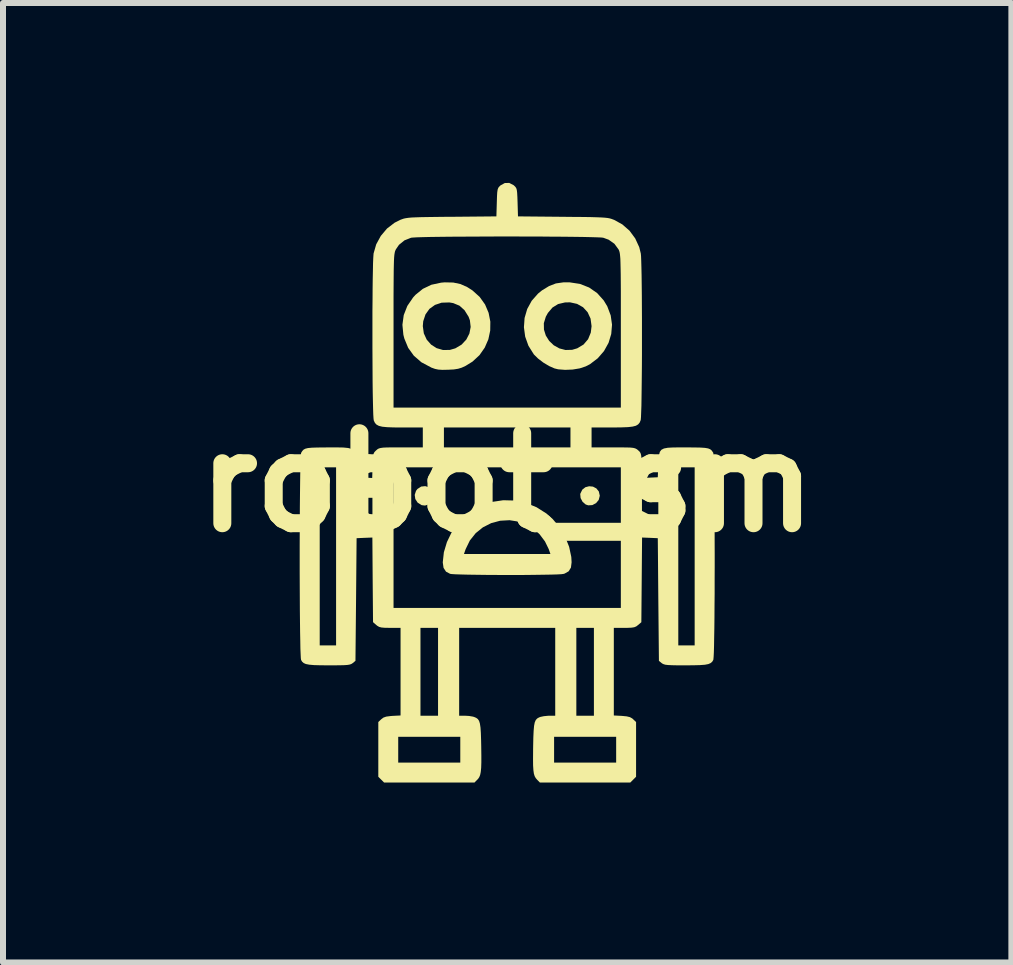
<source format=kicad_pcb>
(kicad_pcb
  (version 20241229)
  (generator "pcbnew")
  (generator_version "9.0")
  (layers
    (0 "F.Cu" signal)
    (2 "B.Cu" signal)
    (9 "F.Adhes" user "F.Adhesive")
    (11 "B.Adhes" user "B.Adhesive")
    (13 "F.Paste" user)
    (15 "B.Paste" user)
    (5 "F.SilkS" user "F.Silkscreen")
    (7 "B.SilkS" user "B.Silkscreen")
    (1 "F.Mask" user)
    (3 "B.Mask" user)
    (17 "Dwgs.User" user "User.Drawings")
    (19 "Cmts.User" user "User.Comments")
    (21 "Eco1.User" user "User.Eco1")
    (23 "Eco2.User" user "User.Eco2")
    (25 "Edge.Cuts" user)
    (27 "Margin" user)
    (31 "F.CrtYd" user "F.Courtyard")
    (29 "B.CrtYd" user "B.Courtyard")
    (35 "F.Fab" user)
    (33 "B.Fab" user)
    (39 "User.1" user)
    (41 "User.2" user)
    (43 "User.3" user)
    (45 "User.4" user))
  (footprint "robot_sm"
    (layer "F.Cu")
    (at 5.407 4.996)
    (property "Reference" "robot_sm" (at 0 0 0) (layer "F.SilkS") (effects (font (size 1.5 1.5) (thickness 0.3))))
    (attr board_only exclude_from_pos_files exclude_from_bom)
    (fp_poly (pts (xy -1.303 0.079) (xy -1.252 0.12) (xy -1.222 0.18) (xy -1.221 0.252) (xy -1.221 0.253) (xy -1.252 0.317) (xy -1.305 0.363) (xy -1.37 0.384) (xy -1.426 0.377) (xy -1.493 0.335) (xy -1.532 0.275) (xy -1.542 0.206) (xy -1.52 0.138) (xy -1.496 0.107) (xy -1.434 0.067) (xy -1.367 0.06)) (stroke (width 0) (type solid)) (fill yes) (layer "F.SilkS"))
    (fp_poly (pts (xy 1.43 0.068) (xy 1.487 0.098) (xy 1.528 0.149) (xy 1.544 0.22) (xy 1.544 0.22) (xy 1.526 0.29) (xy 1.482 0.343) (xy 1.42 0.376) (xy 1.351 0.38) (xy 1.309 0.366) (xy 1.257 0.321) (xy 1.224 0.259) (xy 1.218 0.194) (xy 1.22 0.185) (xy 1.252 0.119) (xy 1.304 0.078) (xy 1.366 0.062)) (stroke (width 0) (type solid)) (fill yes) (layer "F.SilkS"))
    (fp_poly (pts (xy 1.042 -3.338) (xy 1.213 -3.312) (xy 1.366 -3.252) (xy 1.5 -3.159) (xy 1.61 -3.036) (xy 1.669 -2.938) (xy 1.726 -2.787) (xy 1.748 -2.632) (xy 1.735 -2.477) (xy 1.69 -2.329) (xy 1.614 -2.192) (xy 1.51 -2.072) (xy 1.38 -1.973) (xy 1.31 -1.937) (xy 1.211 -1.904) (xy 1.091 -1.884) (xy 0.965 -1.879) (xy 0.85 -1.888) (xy 0.789 -1.903) (xy 0.7 -1.942) (xy 0.603 -2) (xy 0.514 -2.068) (xy 0.446 -2.135) (xy 0.443 -2.139) (xy 0.354 -2.281) (xy 0.3 -2.433) (xy 0.279 -2.589) (xy 0.284 -2.657) (xy 0.611 -2.657) (xy 0.613 -2.55) (xy 0.644 -2.451) (xy 0.7 -2.362) (xy 0.776 -2.289) (xy 0.869 -2.237) (xy 0.972 -2.21) (xy 1.083 -2.213) (xy 1.168 -2.238) (xy 1.273 -2.301) (xy 1.349 -2.39) (xy 1.394 -2.5) (xy 1.407 -2.608) (xy 1.39 -2.734) (xy 1.341 -2.84) (xy 1.265 -2.923) (xy 1.165 -2.979) (xy 1.047 -3.005) (xy 0.964 -3.003) (xy 0.849 -2.976) (xy 0.755 -2.918) (xy 0.679 -2.828) (xy 0.644 -2.765) (xy 0.611 -2.657) (xy 0.284 -2.657) (xy 0.29 -2.744) (xy 0.334 -2.894) (xy 0.409 -3.031) (xy 0.515 -3.151) (xy 0.58 -3.204) (xy 0.698 -3.276) (xy 0.812 -3.32) (xy 0.937 -3.338)) (stroke (width 0) (type solid)) (fill yes) (layer "F.SilkS"))
    (fp_poly (pts (xy 0.124 0.3) (xy 0.31 0.339) (xy 0.488 0.411) (xy 0.654 0.516) (xy 0.759 0.609) (xy 0.874 0.746) (xy 0.966 0.904) (xy 1.033 1.072) (xy 1.069 1.241) (xy 1.074 1.329) (xy 1.063 1.418) (xy 1.025 1.48) (xy 0.958 1.518) (xy 0.942 1.523) (xy 0.906 1.528) (xy 0.836 1.532) (xy 0.737 1.535) (xy 0.613 1.537) (xy 0.471 1.539) (xy 0.314 1.541) (xy 0.147 1.542) (xy -0.023 1.542) (xy -0.193 1.541) (xy -0.358 1.54) (xy -0.512 1.538) (xy -0.651 1.536) (xy -0.77 1.533) (xy -0.863 1.53) (xy -0.926 1.526) (xy -0.952 1.522) (xy -1.02 1.486) (xy -1.061 1.423) (xy -1.074 1.333) (xy -1.074 1.329) (xy -1.059 1.192) (xy -0.721 1.192) (xy 0 1.192) (xy 0.721 1.192) (xy 0.693 1.111) (xy 0.63 0.982) (xy 0.54 0.862) (xy 0.432 0.763) (xy 0.352 0.713) (xy 0.197 0.653) (xy 0.039 0.628) (xy -0.118 0.637) (xy -0.267 0.677) (xy -0.405 0.747) (xy -0.525 0.844) (xy -0.623 0.967) (xy -0.693 1.111) (xy -0.721 1.192) (xy -1.059 1.192) (xy -1.056 1.163) (xy -1.005 0.993) (xy -0.926 0.829) (xy -0.823 0.679) (xy -0.759 0.609) (xy -0.604 0.48) (xy -0.434 0.385) (xy -0.253 0.323) (xy -0.065 0.295)) (stroke (width 0) (type solid)) (fill yes) (layer "F.SilkS"))
    (fp_poly (pts (xy -0.9 -3.335) (xy -0.78 -3.31) (xy -0.666 -3.259) (xy -0.58 -3.204) (xy -0.459 -3.095) (xy -0.369 -2.969) (xy -0.31 -2.83) (xy -0.281 -2.683) (xy -0.283 -2.534) (xy -0.314 -2.388) (xy -0.374 -2.25) (xy -0.462 -2.124) (xy -0.579 -2.016) (xy -0.694 -1.945) (xy -0.759 -1.915) (xy -0.819 -1.897) (xy -0.889 -1.886) (xy -0.982 -1.881) (xy -0.985 -1.881) (xy -1.079 -1.879) (xy -1.147 -1.883) (xy -1.204 -1.895) (xy -1.265 -1.917) (xy -1.272 -1.921) (xy -1.43 -2.005) (xy -1.556 -2.114) (xy -1.651 -2.246) (xy -1.715 -2.401) (xy -1.731 -2.464) (xy -1.745 -2.608) (xy -1.407 -2.608) (xy -1.39 -2.487) (xy -1.342 -2.383) (xy -1.269 -2.3) (xy -1.177 -2.241) (xy -1.071 -2.21) (xy -0.957 -2.211) (xy -0.864 -2.238) (xy -0.76 -2.3) (xy -0.681 -2.385) (xy -0.63 -2.485) (xy -0.609 -2.594) (xy -0.622 -2.706) (xy -0.644 -2.765) (xy -0.712 -2.874) (xy -0.796 -2.949) (xy -0.9 -2.992) (xy -0.964 -3.003) (xy -1.093 -2.999) (xy -1.204 -2.962) (xy -1.296 -2.896) (xy -1.362 -2.804) (xy -1.4 -2.69) (xy -1.407 -2.608) (xy -1.745 -2.608) (xy -1.747 -2.631) (xy -1.725 -2.792) (xy -1.665 -2.945) (xy -1.569 -3.086) (xy -1.529 -3.13) (xy -1.406 -3.23) (xy -1.264 -3.298) (xy -1.101 -3.333) (xy -1.042 -3.338)) (stroke (width 0) (type solid)) (fill yes) (layer "F.SilkS"))
    (fp_poly (pts (xy 0.106 -4.959) (xy 0.111 -4.955) (xy 0.134 -4.933) (xy 0.15 -4.911) (xy 0.16 -4.88) (xy 0.166 -4.832) (xy 0.17 -4.759) (xy 0.173 -4.673) (xy 0.18 -4.438) (xy 0.925 -4.431) (xy 1.116 -4.429) (xy 1.272 -4.428) (xy 1.397 -4.426) (xy 1.496 -4.423) (xy 1.573 -4.42) (xy 1.631 -4.416) (xy 1.676 -4.411) (xy 1.712 -4.404) (xy 1.742 -4.395) (xy 1.771 -4.384) (xy 1.783 -4.38) (xy 1.92 -4.304) (xy 2.04 -4.199) (xy 2.135 -4.07) (xy 2.202 -3.924) (xy 2.228 -3.819) (xy 2.232 -3.774) (xy 2.235 -3.696) (xy 2.238 -3.589) (xy 2.241 -3.455) (xy 2.243 -3.3) (xy 2.245 -3.127) (xy 2.246 -2.939) (xy 2.247 -2.742) (xy 2.247 -2.539) (xy 2.247 -2.334) (xy 2.247 -2.13) (xy 2.246 -1.933) (xy 2.244 -1.745) (xy 2.242 -1.571) (xy 2.24 -1.415) (xy 2.238 -1.28) (xy 2.234 -1.171) (xy 2.231 -1.092) (xy 2.227 -1.046) (xy 2.225 -1.038) (xy 2.208 -0.998) (xy 2.183 -0.969) (xy 2.146 -0.947) (xy 2.091 -0.933) (xy 2.014 -0.924) (xy 1.908 -0.92) (xy 1.77 -0.918) (xy 1.75 -0.918) (xy 1.407 -0.918) (xy 1.407 -0.752) (xy 1.407 -0.586) (xy 1.767 -0.586) (xy 1.894 -0.586) (xy 1.988 -0.585) (xy 2.056 -0.583) (xy 2.102 -0.578) (xy 2.133 -0.57) (xy 2.156 -0.559) (xy 2.177 -0.544) (xy 2.182 -0.539) (xy 2.207 -0.516) (xy 2.223 -0.492) (xy 2.233 -0.458) (xy 2.239 -0.405) (xy 2.242 -0.325) (xy 2.244 -0.284) (xy 2.251 -0.076) (xy 2.381 -0.082) (xy 2.511 -0.088) (xy 2.52 -0.3) (xy 2.525 -0.391) (xy 2.532 -0.46) (xy 2.545 -0.511) (xy 2.571 -0.546) (xy 2.614 -0.568) (xy 2.678 -0.58) (xy 2.769 -0.585) (xy 2.891 -0.586) (xy 2.987 -0.586) (xy 3.122 -0.585) (xy 3.224 -0.583) (xy 3.298 -0.578) (xy 3.35 -0.569) (xy 3.385 -0.555) (xy 3.409 -0.535) (xy 3.428 -0.508) (xy 3.436 -0.495) (xy 3.44 -0.468) (xy 3.443 -0.405) (xy 3.447 -0.311) (xy 3.45 -0.187) (xy 3.452 -0.039) (xy 3.454 0.131) (xy 3.456 0.319) (xy 3.458 0.522) (xy 3.459 0.736) (xy 3.459 0.958) (xy 3.46 1.184) (xy 3.46 1.41) (xy 3.459 1.634) (xy 3.459 1.852) (xy 3.457 2.06) (xy 3.456 2.255) (xy 3.454 2.433) (xy 3.451 2.591) (xy 3.449 2.725) (xy 3.446 2.832) (xy 3.442 2.908) (xy 3.438 2.951) (xy 3.437 2.957) (xy 3.419 2.987) (xy 3.393 3.01) (xy 3.354 3.027) (xy 3.297 3.038) (xy 3.216 3.044) (xy 3.106 3.047) (xy 2.971 3.048) (xy 2.845 3.048) (xy 2.751 3.046) (xy 2.685 3.043) (xy 2.639 3.038) (xy 2.608 3.029) (xy 2.586 3.018) (xy 2.576 3.011) (xy 2.53 2.973) (xy 2.52 1.951) (xy 2.514 1.231) (xy 2.853 1.231) (xy 2.853 2.716) (xy 2.989 2.716) (xy 3.126 2.716) (xy 3.126 1.231) (xy 3.126 -0.254) (xy 2.989 -0.254) (xy 2.853 -0.254) (xy 2.853 1.231) (xy 2.514 1.231) (xy 2.511 0.928) (xy 2.38 0.922) (xy 2.249 0.917) (xy 2.243 1.623) (xy 2.237 2.329) (xy 2.182 2.376) (xy 2.152 2.399) (xy 2.118 2.413) (xy 2.071 2.42) (xy 2.001 2.423) (xy 1.953 2.423) (xy 1.778 2.423) (xy 1.778 3.153) (xy 1.778 3.884) (xy 1.914 3.891) (xy 1.994 3.899) (xy 2.047 3.912) (xy 2.086 3.934) (xy 2.099 3.946) (xy 2.149 3.993) (xy 2.149 4.449) (xy 2.149 4.906) (xy 2.101 4.954) (xy 2.053 5.002) (xy 1.299 5.002) (xy 0.545 5.002) (xy 0.499 4.955) (xy 0.476 4.928) (xy 0.458 4.896) (xy 0.445 4.854) (xy 0.437 4.796) (xy 0.432 4.718) (xy 0.431 4.613) (xy 0.432 4.478) (xy 0.432 4.455) (xy 0.782 4.455) (xy 0.782 4.67) (xy 1.299 4.67) (xy 1.817 4.67) (xy 1.817 4.455) (xy 1.817 4.24) (xy 1.299 4.24) (xy 0.782 4.24) (xy 0.782 4.455) (xy 0.432 4.455) (xy 0.433 4.395) (xy 0.436 4.25) (xy 0.441 4.14) (xy 0.448 4.059) (xy 0.459 4.001) (xy 0.476 3.961) (xy 0.499 3.935) (xy 0.53 3.917) (xy 0.554 3.908) (xy 0.61 3.896) (xy 0.68 3.889) (xy 0.706 3.888) (xy 0.801 3.888) (xy 0.801 3.155) (xy 1.153 3.155) (xy 1.153 3.888) (xy 1.299 3.888) (xy 1.446 3.888) (xy 1.446 3.155) (xy 1.446 2.423) (xy 1.299 2.423) (xy 1.153 2.423) (xy 1.153 3.155) (xy 0.801 3.155) (xy 0.801 2.423) (xy 0 2.423) (xy -0.801 2.423) (xy -0.801 3.155) (xy -0.801 3.888) (xy -0.706 3.888) (xy -0.636 3.892) (xy -0.572 3.903) (xy -0.554 3.908) (xy -0.518 3.923) (xy -0.49 3.943) (xy -0.469 3.974) (xy -0.455 4.019) (xy -0.445 4.085) (xy -0.439 4.176) (xy -0.435 4.298) (xy -0.433 4.395) (xy -0.431 4.548) (xy -0.431 4.668) (xy -0.434 4.759) (xy -0.441 4.827) (xy -0.451 4.876) (xy -0.466 4.913) (xy -0.486 4.942) (xy -0.499 4.955) (xy -0.545 5.002) (xy -1.299 5.002) (xy -2.053 5.002) (xy -2.101 4.954) (xy -2.149 4.906) (xy -2.149 4.455) (xy -1.817 4.455) (xy -1.817 4.67) (xy -1.299 4.67) (xy -0.782 4.67) (xy -0.782 4.455) (xy -0.782 4.24) (xy -1.299 4.24) (xy -1.817 4.24) (xy -1.817 4.455) (xy -2.149 4.455) (xy -2.149 4.449) (xy -2.149 3.993) (xy -2.099 3.946) (xy -2.063 3.919) (xy -2.017 3.903) (xy -1.949 3.894) (xy -1.914 3.891) (xy -1.778 3.884) (xy -1.778 3.155) (xy -1.446 3.155) (xy -1.446 3.888) (xy -1.299 3.888) (xy -1.153 3.888) (xy -1.153 3.155) (xy -1.153 2.423) (xy -1.299 2.423) (xy -1.446 2.423) (xy -1.446 3.155) (xy -1.778 3.155) (xy -1.778 3.153) (xy -1.778 2.423) (xy -1.953 2.423) (xy -2.039 2.422) (xy -2.096 2.417) (xy -2.135 2.407) (xy -2.166 2.389) (xy -2.182 2.376) (xy -2.237 2.328) (xy -2.243 1.623) (xy -2.248 0.918) (xy -1.895 0.918) (xy -1.895 2.091) (xy 0 2.091) (xy 1.895 2.091) (xy 1.895 0.918) (xy 1.895 0.42) (xy 2.247 0.42) (xy 2.247 0.586) (xy 2.384 0.586) (xy 2.52 0.586) (xy 2.52 0.42) (xy 2.52 0.254) (xy 2.384 0.254) (xy 2.247 0.254) (xy 2.247 0.42) (xy 1.895 0.42) (xy 1.895 -0.254) (xy 0 -0.254) (xy -1.895 -0.254) (xy -1.895 0.918) (xy -2.248 0.918) (xy -2.248 0.917) (xy -2.38 0.922) (xy -2.511 0.928) (xy -2.52 1.951) (xy -2.53 2.973) (xy -2.576 3.011) (xy -2.596 3.024) (xy -2.622 3.034) (xy -2.66 3.041) (xy -2.715 3.045) (xy -2.794 3.047) (xy -2.904 3.048) (xy -2.971 3.048) (xy -3.113 3.047) (xy -3.221 3.044) (xy -3.3 3.037) (xy -3.357 3.026) (xy -3.395 3.009) (xy -3.42 2.986) (xy -3.437 2.957) (xy -3.441 2.929) (xy -3.444 2.865) (xy -3.448 2.77) (xy -3.45 2.645) (xy -3.453 2.496) (xy -3.455 2.326) (xy -3.457 2.137) (xy -3.458 1.934) (xy -3.459 1.719) (xy -3.46 1.497) (xy -3.46 1.271) (xy -3.46 1.231) (xy -3.126 1.231) (xy -3.126 2.716) (xy -2.989 2.716) (xy -2.853 2.716) (xy -2.853 1.231) (xy -2.853 0.42) (xy -2.52 0.42) (xy -2.52 0.586) (xy -2.384 0.586) (xy -2.247 0.586) (xy -2.247 0.42) (xy -2.247 0.254) (xy -2.384 0.254) (xy -2.52 0.254) (xy -2.52 0.42) (xy -2.853 0.42) (xy -2.853 -0.254) (xy -2.989 -0.254) (xy -3.126 -0.254) (xy -3.126 1.231) (xy -3.46 1.231) (xy -3.46 1.045) (xy -3.459 0.821) (xy -3.458 0.603) (xy -3.457 0.396) (xy -3.455 0.202) (xy -3.453 0.024) (xy -3.451 -0.133) (xy -3.448 -0.266) (xy -3.445 -0.372) (xy -3.441 -0.448) (xy -3.437 -0.489) (xy -3.436 -0.495) (xy -3.417 -0.525) (xy -3.396 -0.548) (xy -3.366 -0.564) (xy -3.322 -0.575) (xy -3.258 -0.581) (xy -3.168 -0.584) (xy -3.048 -0.585) (xy -2.987 -0.586) (xy -2.842 -0.586) (xy -2.732 -0.584) (xy -2.652 -0.576) (xy -2.596 -0.561) (xy -2.56 -0.535) (xy -2.539 -0.495) (xy -2.528 -0.437) (xy -2.523 -0.36) (xy -2.52 -0.3) (xy -2.511 -0.088) (xy -2.381 -0.082) (xy -2.251 -0.076) (xy -2.244 -0.284) (xy -2.24 -0.377) (xy -2.236 -0.439) (xy -2.228 -0.48) (xy -2.214 -0.507) (xy -2.193 -0.529) (xy -2.182 -0.539) (xy -2.162 -0.556) (xy -2.14 -0.568) (xy -2.111 -0.576) (xy -2.07 -0.582) (xy -2.009 -0.585) (xy -1.922 -0.586) (xy -1.805 -0.586) (xy -1.767 -0.586) (xy -1.407 -0.586) (xy -1.407 -0.752) (xy -1.055 -0.752) (xy -1.055 -0.586) (xy 0 -0.586) (xy 1.055 -0.586) (xy 1.055 -0.752) (xy 1.055 -0.918) (xy 0 -0.918) (xy -1.055 -0.918) (xy -1.055 -0.752) (xy -1.407 -0.752) (xy -1.407 -0.918) (xy -1.75 -0.918) (xy -1.893 -0.919) (xy -2.002 -0.923) (xy -2.083 -0.931) (xy -2.14 -0.945) (xy -2.179 -0.966) (xy -2.205 -0.994) (xy -2.223 -1.032) (xy -2.225 -1.038) (xy -2.229 -1.069) (xy -2.233 -1.135) (xy -2.236 -1.233) (xy -2.239 -1.358) (xy -2.242 -1.506) (xy -2.244 -1.673) (xy -2.245 -1.856) (xy -2.246 -2.05) (xy -2.247 -2.251) (xy -2.247 -2.456) (xy -2.247 -2.531) (xy -1.895 -2.531) (xy -1.895 -1.25) (xy 0 -1.25) (xy 1.895 -1.25) (xy 1.895 -2.531) (xy 1.895 -2.786) (xy 1.895 -3.006) (xy 1.895 -3.192) (xy 1.894 -3.348) (xy 1.893 -3.476) (xy 1.891 -3.58) (xy 1.889 -3.663) (xy 1.887 -3.728) (xy 1.883 -3.777) (xy 1.879 -3.814) (xy 1.874 -3.841) (xy 1.868 -3.862) (xy 1.861 -3.879) (xy 1.856 -3.888) (xy 1.788 -3.981) (xy 1.692 -4.049) (xy 1.602 -4.082) (xy 1.566 -4.086) (xy 1.494 -4.089) (xy 1.391 -4.092) (xy 1.26 -4.095) (xy 1.105 -4.097) (xy 0.93 -4.099) (xy 0.738 -4.1) (xy 0.533 -4.102) (xy 0.319 -4.102) (xy 0.099 -4.103) (xy -0.122 -4.103) (xy -0.341 -4.102) (xy -0.554 -4.101) (xy -0.758 -4.1) (xy -0.949 -4.099) (xy -1.122 -4.097) (xy -1.275 -4.095) (xy -1.403 -4.092) (xy -1.503 -4.089) (xy -1.571 -4.085) (xy -1.602 -4.082) (xy -1.713 -4.038) (xy -1.804 -3.964) (xy -1.856 -3.888) (xy -1.864 -3.871) (xy -1.871 -3.853) (xy -1.876 -3.83) (xy -1.881 -3.799) (xy -1.885 -3.757) (xy -1.888 -3.701) (xy -1.89 -3.629) (xy -1.892 -3.537) (xy -1.893 -3.422) (xy -1.894 -3.282) (xy -1.895 -3.113) (xy -1.895 -2.913) (xy -1.895 -2.678) (xy -1.895 -2.531) (xy -2.247 -2.531) (xy -2.247 -2.661) (xy -2.247 -2.861) (xy -2.245 -3.052) (xy -2.244 -3.232) (xy -2.242 -3.395) (xy -2.239 -3.538) (xy -2.237 -3.656) (xy -2.233 -3.747) (xy -2.229 -3.805) (xy -2.228 -3.819) (xy -2.184 -3.972) (xy -2.107 -4.113) (xy -2.004 -4.235) (xy -1.878 -4.332) (xy -1.783 -4.38) (xy -1.753 -4.391) (xy -1.724 -4.401) (xy -1.69 -4.408) (xy -1.649 -4.414) (xy -1.596 -4.419) (xy -1.527 -4.422) (xy -1.437 -4.425) (xy -1.322 -4.427) (xy -1.178 -4.429) (xy -1.001 -4.431) (xy -0.925 -4.431) (xy -0.18 -4.438) (xy -0.173 -4.673) (xy -0.17 -4.772) (xy -0.166 -4.84) (xy -0.159 -4.885) (xy -0.148 -4.915) (xy -0.131 -4.936) (xy -0.111 -4.955) (xy -0.04 -4.994) (xy 0.034 -4.996)) (stroke (width 0) (type solid)) (fill yes) (layer "F.SilkS")))
  (gr_rect
    (start -3 -3)
    (end 13.814 12.998)
    (stroke (width 0.1) (type default))
    (fill no)
    (layer "Edge.Cuts")))
</source>
